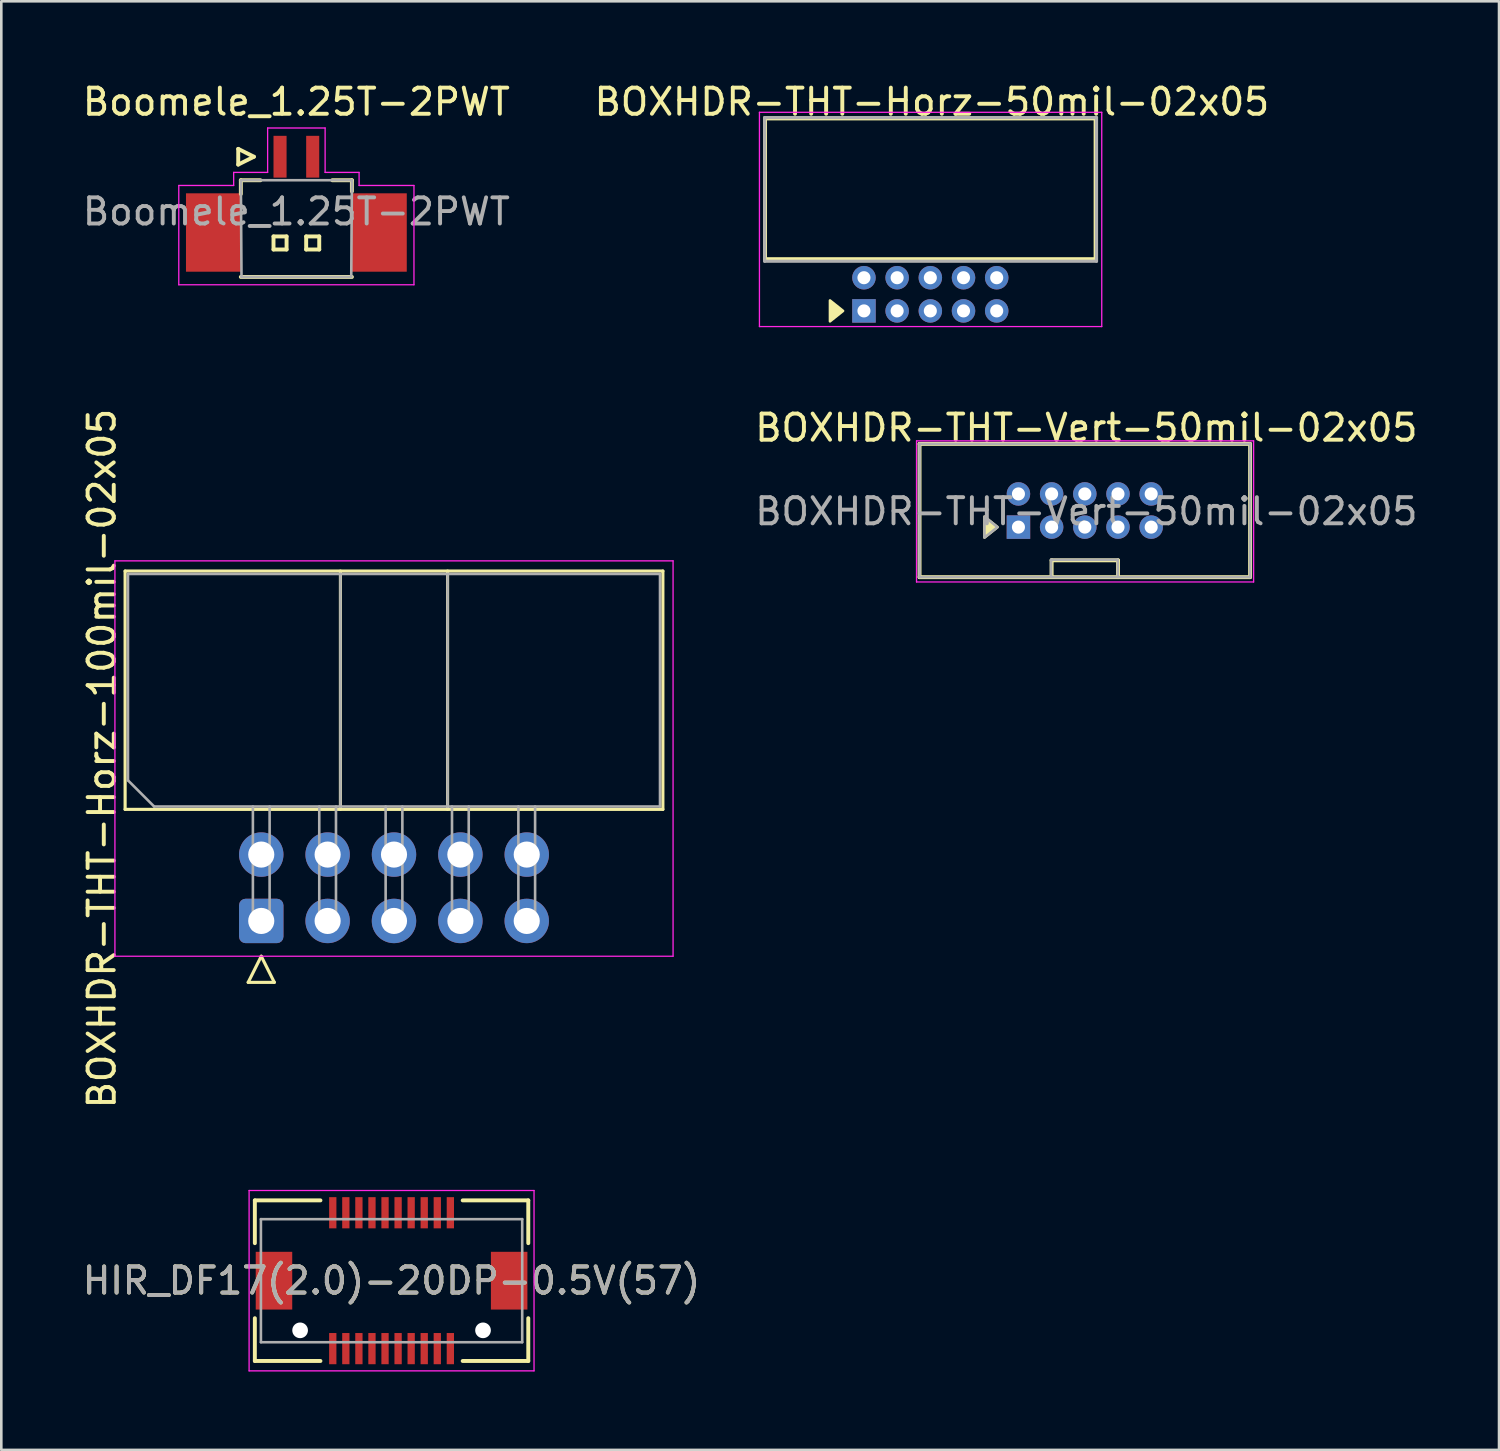
<source format=kicad_pcb>
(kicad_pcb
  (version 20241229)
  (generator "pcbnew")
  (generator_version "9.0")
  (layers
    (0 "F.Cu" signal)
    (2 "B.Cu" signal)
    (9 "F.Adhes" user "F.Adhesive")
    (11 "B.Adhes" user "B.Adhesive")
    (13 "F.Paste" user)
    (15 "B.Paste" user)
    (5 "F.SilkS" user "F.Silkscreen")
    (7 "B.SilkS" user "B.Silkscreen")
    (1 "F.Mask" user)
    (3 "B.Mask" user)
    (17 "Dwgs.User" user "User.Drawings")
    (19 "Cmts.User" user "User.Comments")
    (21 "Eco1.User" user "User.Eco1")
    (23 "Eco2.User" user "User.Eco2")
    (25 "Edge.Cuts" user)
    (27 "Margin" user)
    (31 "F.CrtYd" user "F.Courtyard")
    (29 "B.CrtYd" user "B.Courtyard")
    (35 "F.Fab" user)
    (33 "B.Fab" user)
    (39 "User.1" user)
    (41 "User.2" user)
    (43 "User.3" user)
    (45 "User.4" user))
  (footprint "BOXHDR-THT-Horz-100mil-02x05"
    (layer "F.Cu")
    (at 6.948 32.194)
    (property "Reference" "BOXHDR-THT-Horz-100mil-02x05" (at -6.1 -6.215 90) (layer "F.SilkS") (effects (font (size 1 1) (thickness 0.15))))
    (attr through_hole)
    (fp_line (start -5.21 -13.39) (end 15.37 -13.39) (stroke (width 0.12) (type solid)) (layer "F.SilkS"))
    (fp_line (start -5.21 -4.27) (end -5.21 -13.39) (stroke (width 0.12) (type solid)) (layer "F.SilkS"))
    (fp_line (start -0.5 2.35) (end 0.5 2.35) (stroke (width 0.12) (type solid)) (layer "F.SilkS"))
    (fp_line (start 0 1.35) (end -0.5 2.35) (stroke (width 0.12) (type solid)) (layer "F.SilkS"))
    (fp_line (start 0.5 2.35) (end 0 1.35) (stroke (width 0.12) (type solid)) (layer "F.SilkS"))
    (fp_line (start 3.03 -4.27) (end 3.03 -13.39) (stroke (width 0.12) (type solid)) (layer "F.SilkS"))
    (fp_line (start 7.13 -4.27) (end 7.13 -13.39) (stroke (width 0.12) (type solid)) (layer "F.SilkS"))
    (fp_line (start 15.37 -13.39) (end 15.37 -4.27) (stroke (width 0.12) (type solid)) (layer "F.SilkS"))
    (fp_line (start 15.37 -4.27) (end -5.21 -4.27) (stroke (width 0.12) (type solid)) (layer "F.SilkS"))
    (fp_line (start -5.6 -13.78) (end -5.6 1.35) (stroke (width 0.05) (type solid)) (layer "F.CrtYd"))
    (fp_line (start -5.6 1.35) (end 15.76 1.35) (stroke (width 0.05) (type solid)) (layer "F.CrtYd"))
    (fp_line (start 15.76 -13.78) (end -5.6 -13.78) (stroke (width 0.05) (type solid)) (layer "F.CrtYd"))
    (fp_line (start 15.76 1.35) (end 15.76 -13.78) (stroke (width 0.05) (type solid)) (layer "F.CrtYd"))
    (fp_line (start -5.1 -13.28) (end 15.26 -13.28) (stroke (width 0.1) (type solid)) (layer "F.Fab"))
    (fp_line (start -5.1 -5.38) (end -5.1 -13.28) (stroke (width 0.1) (type solid)) (layer "F.Fab"))
    (fp_line (start -4.1 -4.38) (end -5.1 -5.38) (stroke (width 0.1) (type solid)) (layer "F.Fab"))
    (fp_line (start -0.32 -4.38) (end -0.32 0.32) (stroke (width 0.1) (type solid)) (layer "F.Fab"))
    (fp_line (start -0.32 0.32) (end 0.32 0.32) (stroke (width 0.1) (type solid)) (layer "F.Fab"))
    (fp_line (start 0.32 0.32) (end 0.32 -4.38) (stroke (width 0.1) (type solid)) (layer "F.Fab"))
    (fp_line (start 2.22 -4.38) (end 2.22 0.32) (stroke (width 0.1) (type solid)) (layer "F.Fab"))
    (fp_line (start 2.22 0.32) (end 2.86 0.32) (stroke (width 0.1) (type solid)) (layer "F.Fab"))
    (fp_line (start 2.86 0.32) (end 2.86 -4.38) (stroke (width 0.1) (type solid)) (layer "F.Fab"))
    (fp_line (start 3.03 -4.38) (end 3.03 -13.28) (stroke (width 0.1) (type solid)) (layer "F.Fab"))
    (fp_line (start 4.76 -4.38) (end 4.76 0.32) (stroke (width 0.1) (type solid)) (layer "F.Fab"))
    (fp_line (start 4.76 0.32) (end 5.4 0.32) (stroke (width 0.1) (type solid)) (layer "F.Fab"))
    (fp_line (start 5.4 0.32) (end 5.4 -4.38) (stroke (width 0.1) (type solid)) (layer "F.Fab"))
    (fp_line (start 7.13 -4.38) (end 7.13 -13.28) (stroke (width 0.1) (type solid)) (layer "F.Fab"))
    (fp_line (start 7.3 -4.38) (end 7.3 0.32) (stroke (width 0.1) (type solid)) (layer "F.Fab"))
    (fp_line (start 7.3 0.32) (end 7.94 0.32) (stroke (width 0.1) (type solid)) (layer "F.Fab"))
    (fp_line (start 7.94 0.32) (end 7.94 -4.38) (stroke (width 0.1) (type solid)) (layer "F.Fab"))
    (fp_line (start 9.84 -4.38) (end 9.84 0.32) (stroke (width 0.1) (type solid)) (layer "F.Fab"))
    (fp_line (start 9.84 0.32) (end 10.48 0.32) (stroke (width 0.1) (type solid)) (layer "F.Fab"))
    (fp_line (start 10.48 0.32) (end 10.48 -4.38) (stroke (width 0.1) (type solid)) (layer "F.Fab"))
    (fp_line (start 15.26 -13.28) (end 15.26 -4.38) (stroke (width 0.1) (type solid)) (layer "F.Fab"))
    (fp_line (start 15.26 -4.38) (end -4.1 -4.38) (stroke (width 0.1) (type solid)) (layer "F.Fab"))
    (pad "1" thru_hole roundrect (at 0 0 90) (size 1.7 1.7) (drill 1) (layers "*.Cu" "*.Mask") (roundrect_rratio 0.147))
    (pad "2" thru_hole circle (at 0 -2.54 90) (size 1.7 1.7) (drill 1) (layers "*.Cu" "*.Mask"))
    (pad "3" thru_hole circle (at 2.54 0 90) (size 1.7 1.7) (drill 1) (layers "*.Cu" "*.Mask"))
    (pad "4" thru_hole circle (at 2.54 -2.54 90) (size 1.7 1.7) (drill 1) (layers "*.Cu" "*.Mask"))
    (pad "5" thru_hole circle (at 5.08 0 90) (size 1.7 1.7) (drill 1) (layers "*.Cu" "*.Mask"))
    (pad "6" thru_hole circle (at 5.08 -2.54 90) (size 1.7 1.7) (drill 1) (layers "*.Cu" "*.Mask"))
    (pad "7" thru_hole circle (at 7.62 0 90) (size 1.7 1.7) (drill 1) (layers "*.Cu" "*.Mask"))
    (pad "8" thru_hole circle (at 7.62 -2.54 90) (size 1.7 1.7) (drill 1) (layers "*.Cu" "*.Mask"))
    (pad "9" thru_hole circle (at 10.16 0 90) (size 1.7 1.7) (drill 1) (layers "*.Cu" "*.Mask"))
    (pad "10" thru_hole circle (at 10.16 -2.54 90) (size 1.7 1.7) (drill 1) (layers "*.Cu" "*.Mask")))
  (footprint "HIR_DF17(2.0)-20DP-0.5V(57)"
    (layer "F.Cu")
    (at 11.935 45.961)
    (property "Reference" "HIR_DF17(2.0)-20DP-0.5V(57)" (at 0 0 0) (layer "F.SilkS") (effects (font (size 1 1) (thickness 0.15))))
    (attr smd)
    (fp_line (start -5.232 -3.073) (end -5.232 -1.436) (stroke (width 0.15) (type solid)) (layer "F.SilkS"))
    (fp_line (start -5.232 1.436) (end -5.232 3.073) (stroke (width 0.15) (type solid)) (layer "F.SilkS"))
    (fp_line (start -5.232 3.073) (end -2.722 3.073) (stroke (width 0.15) (type solid)) (layer "F.SilkS"))
    (fp_line (start -2.722 -3.073) (end -5.232 -3.073) (stroke (width 0.15) (type solid)) (layer "F.SilkS"))
    (fp_line (start 2.722 3.073) (end 5.232 3.073) (stroke (width 0.15) (type solid)) (layer "F.SilkS"))
    (fp_line (start 5.232 -3.073) (end 2.722 -3.073) (stroke (width 0.15) (type solid)) (layer "F.SilkS"))
    (fp_line (start 5.232 -1.436) (end 5.232 -3.073) (stroke (width 0.15) (type solid)) (layer "F.SilkS"))
    (fp_line (start 5.232 3.073) (end 5.232 1.436) (stroke (width 0.15) (type solid)) (layer "F.SilkS"))
    (fp_line (start -5.452 -3.451) (end -5.452 3.451) (stroke (width 0.05) (type solid)) (layer "F.CrtYd"))
    (fp_line (start -5.452 3.451) (end 5.452 3.451) (stroke (width 0.05) (type solid)) (layer "F.CrtYd"))
    (fp_line (start 5.452 -3.451) (end -5.452 -3.451) (stroke (width 0.05) (type solid)) (layer "F.CrtYd"))
    (fp_line (start 5.452 3.451) (end 5.452 -3.451) (stroke (width 0.05) (type solid)) (layer "F.CrtYd"))
    (fp_line (start -5 -2.355) (end -5 2.355) (stroke (width 0.1) (type solid)) (layer "F.Fab"))
    (fp_line (start -5 2.355) (end 5 2.355) (stroke (width 0.1) (type solid)) (layer "F.Fab"))
    (fp_line (start 5 -2.355) (end -5 -2.355) (stroke (width 0.1) (type solid)) (layer "F.Fab"))
    (fp_line (start 5 2.355) (end 5 -2.355) (stroke (width 0.1) (type solid)) (layer "F.Fab"))
    (fp_text user "${REFERENCE}" (at 0 0 0) (layer "F.Fab") (effects (font (size 1 1) (thickness 0.15))))
    (pad "" np_thru_hole circle (at -3.5 1.9) (size 0.6 0.6) (drill 0.6) (layers "*.Cu"))
    (pad "" np_thru_hole circle (at 3.5 1.9) (size 0.6 0.6) (drill 0.6) (layers "*.Cu"))
    (pad "1" smd rect (at -2.25 2.6) (size 0.279 1.194) (layers "F.Cu" "F.Mask" "F.Paste"))
    (pad "2" smd rect (at -1.75 2.6) (size 0.279 1.194) (layers "F.Cu" "F.Mask" "F.Paste"))
    (pad "3" smd rect (at -1.25 2.6) (size 0.279 1.194) (layers "F.Cu" "F.Mask" "F.Paste"))
    (pad "4" smd rect (at -0.75 2.6) (size 0.279 1.194) (layers "F.Cu" "F.Mask" "F.Paste"))
    (pad "5" smd rect (at -0.25 2.6) (size 0.279 1.194) (layers "F.Cu" "F.Mask" "F.Paste"))
    (pad "6" smd rect (at 0.25 2.6) (size 0.279 1.194) (layers "F.Cu" "F.Mask" "F.Paste"))
    (pad "7" smd rect (at 0.75 2.6) (size 0.279 1.194) (layers "F.Cu" "F.Mask" "F.Paste"))
    (pad "8" smd rect (at 1.25 2.6) (size 0.279 1.194) (layers "F.Cu" "F.Mask" "F.Paste"))
    (pad "9" smd rect (at 1.75 2.6) (size 0.279 1.194) (layers "F.Cu" "F.Mask" "F.Paste"))
    (pad "10" smd rect (at 2.25 2.6) (size 0.279 1.194) (layers "F.Cu" "F.Mask" "F.Paste"))
    (pad "11" smd rect (at -2.25 -2.6) (size 0.279 1.194) (layers "F.Cu" "F.Mask" "F.Paste"))
    (pad "12" smd rect (at -1.75 -2.6) (size 0.279 1.194) (layers "F.Cu" "F.Mask" "F.Paste"))
    (pad "13" smd rect (at -1.25 -2.6) (size 0.279 1.194) (layers "F.Cu" "F.Mask" "F.Paste"))
    (pad "14" smd rect (at -0.75 -2.6) (size 0.279 1.194) (layers "F.Cu" "F.Mask" "F.Paste"))
    (pad "15" smd rect (at -0.25 -2.6) (size 0.279 1.194) (layers "F.Cu" "F.Mask" "F.Paste"))
    (pad "16" smd rect (at 0.25 -2.6) (size 0.279 1.194) (layers "F.Cu" "F.Mask" "F.Paste"))
    (pad "17" smd rect (at 0.75 -2.6) (size 0.279 1.194) (layers "F.Cu" "F.Mask" "F.Paste"))
    (pad "18" smd rect (at 1.25 -2.6) (size 0.279 1.194) (layers "F.Cu" "F.Mask" "F.Paste"))
    (pad "19" smd rect (at 1.75 -2.6) (size 0.279 1.194) (layers "F.Cu" "F.Mask" "F.Paste"))
    (pad "20" smd rect (at 2.25 -2.6) (size 0.279 1.194) (layers "F.Cu" "F.Mask" "F.Paste"))
    (pad "MP" smd rect (at -4.5 0) (size 1.397 2.21) (layers "F.Cu" "F.Mask" "F.Paste"))
    (pad "MP" smd rect (at 4.5 0) (size 1.397 2.21) (layers "F.Cu" "F.Mask" "F.Paste")))
  (footprint "BOXHDR-THT-Horz-50mil-02x05"
    (layer "F.Cu")
    (at 30.013 8.848)
    (property "Reference" "BOXHDR-THT-Horz-50mil-02x05" (at 2.6 -8 0) (layer "F.SilkS") (effects (font (size 1 1) (thickness 0.15))))
    (attr through_hole)
    (fp_line (start -3.785 -7.366) (end -3.785 -1.981) (stroke (width 0.15) (type solid)) (layer "F.SilkS"))
    (fp_line (start -3.785 -7.366) (end 8.865 -7.366) (stroke (width 0.15) (type solid)) (layer "F.SilkS"))
    (fp_line (start -3.785 -1.981) (end 8.865 -1.981) (stroke (width 0.15) (type solid)) (layer "F.SilkS"))
    (fp_line (start 8.865 -7.366) (end 8.865 -1.981) (stroke (width 0.15) (type solid)) (layer "F.SilkS"))
    (fp_poly (pts (xy -0.8 0) (xy -1.3 -0.4) (xy -1.3 0.4)) (stroke (width 0.1) (type solid)) (fill yes) (layer "F.SilkS"))
    (fp_line (start -4 -7.6) (end 9.1 -7.6) (stroke (width 0.05) (type solid)) (layer "F.CrtYd"))
    (fp_line (start -4 0.6) (end -4 -7.6) (stroke (width 0.05) (type solid)) (layer "F.CrtYd"))
    (fp_line (start 9.1 -7.6) (end 9.1 0.6) (stroke (width 0.05) (type solid)) (layer "F.CrtYd"))
    (fp_line (start 9.1 0.6) (end -4 0.6) (stroke (width 0.05) (type solid)) (layer "F.CrtYd"))
    (fp_line (start -3.8 -7.4) (end 8.9 -7.4) (stroke (width 0.12) (type solid)) (layer "F.Fab"))
    (fp_line (start -3.8 -1.9) (end -3.8 -7.4) (stroke (width 0.12) (type solid)) (layer "F.Fab"))
    (fp_line (start 8.9 -7.4) (end 8.9 -1.9) (stroke (width 0.12) (type solid)) (layer "F.Fab"))
    (fp_line (start 8.9 -1.9) (end -3.8 -1.9) (stroke (width 0.12) (type solid)) (layer "F.Fab"))
    (pad "1" thru_hole rect (at 0 0) (size 0.9 0.9) (drill 0.5) (layers "*.Cu" "*.Mask"))
    (pad "2" thru_hole oval (at 0 -1.27) (size 0.9 0.9) (drill 0.5) (layers "*.Cu" "*.Mask"))
    (pad "3" thru_hole oval (at 1.27 0) (size 0.9 0.9) (drill 0.5) (layers "*.Cu" "*.Mask"))
    (pad "4" thru_hole oval (at 1.27 -1.27) (size 0.9 0.9) (drill 0.5) (layers "*.Cu" "*.Mask"))
    (pad "5" thru_hole oval (at 2.54 0) (size 0.9 0.9) (drill 0.5) (layers "*.Cu" "*.Mask"))
    (pad "6" thru_hole oval (at 2.54 -1.27) (size 0.9 0.9) (drill 0.5) (layers "*.Cu" "*.Mask"))
    (pad "7" thru_hole oval (at 3.81 0) (size 0.9 0.9) (drill 0.5) (layers "*.Cu" "*.Mask"))
    (pad "8" thru_hole oval (at 3.81 -1.27) (size 0.9 0.9) (drill 0.5) (layers "*.Cu" "*.Mask"))
    (pad "9" thru_hole oval (at 5.08 0) (size 0.9 0.9) (drill 0.5) (layers "*.Cu" "*.Mask"))
    (pad "10" thru_hole oval (at 5.08 -1.27) (size 0.9 0.9) (drill 0.5) (layers "*.Cu" "*.Mask")))
  (footprint "BOXHDR-THT-Vert-50mil-02x05"
    (layer "F.Cu")
    (at 35.925 17.122)
    (property "Reference" "BOXHDR-THT-Vert-50mil-02x05" (at 2.6 -3.8 0) (layer "F.SilkS") (effects (font (size 1 1) (thickness 0.15))))
    (attr through_hole)
    (fp_line (start -3.785 -3.185) (end 8.865 -3.185) (stroke (width 0.15) (type solid)) (layer "F.SilkS"))
    (fp_line (start -3.785 1.915) (end -3.785 -3.185) (stroke (width 0.15) (type solid)) (layer "F.SilkS"))
    (fp_line (start -3.785 1.915) (end 8.865 1.915) (stroke (width 0.15) (type solid)) (layer "F.SilkS"))
    (fp_line (start 1.27 1.27) (end 3.81 1.27) (stroke (width 0.15) (type solid)) (layer "F.SilkS"))
    (fp_line (start 1.27 1.905) (end 1.27 1.27) (stroke (width 0.15) (type solid)) (layer "F.SilkS"))
    (fp_line (start 3.81 1.915) (end 3.81 1.27) (stroke (width 0.15) (type solid)) (layer "F.SilkS"))
    (fp_line (start 8.865 1.915) (end 8.865 -3.185) (stroke (width 0.15) (type solid)) (layer "F.SilkS"))
    (fp_poly (pts (xy -0.8 0) (xy -1.3 -0.4) (xy -1.3 0.4)) (stroke (width 0.1) (type solid)) (fill yes) (layer "F.SilkS"))
    (fp_line (start -3.9 -3.3) (end 9 -3.3) (stroke (width 0.05) (type solid)) (layer "F.CrtYd"))
    (fp_line (start -3.9 2.1) (end -3.9 -3.3) (stroke (width 0.05) (type solid)) (layer "F.CrtYd"))
    (fp_line (start 9 -3.3) (end 9 2.1) (stroke (width 0.05) (type solid)) (layer "F.CrtYd"))
    (fp_line (start 9 2.1) (end -3.9 2.1) (stroke (width 0.05) (type solid)) (layer "F.CrtYd"))
    (fp_line (start -3.785 -3.185) (end 8.865 -3.185) (stroke (width 0.1) (type solid)) (layer "F.Fab"))
    (fp_line (start -3.785 1.915) (end -3.785 -3.185) (stroke (width 0.1) (type solid)) (layer "F.Fab"))
    (fp_line (start -3.785 1.915) (end 8.865 1.915) (stroke (width 0.1) (type solid)) (layer "F.Fab"))
    (fp_line (start 1.25 1.25) (end 3.8 1.25) (stroke (width 0.1) (type solid)) (layer "F.Fab"))
    (fp_line (start 1.25 1.9) (end 1.25 1.25) (stroke (width 0.1) (type solid)) (layer "F.Fab"))
    (fp_line (start 3.8 1.25) (end 3.8 1.9) (stroke (width 0.1) (type solid)) (layer "F.Fab"))
    (fp_line (start 8.865 1.915) (end 8.865 -3.185) (stroke (width 0.1) (type solid)) (layer "F.Fab"))
    (fp_poly (pts (xy -0.8 0) (xy -1.3 -0.4) (xy -1.3 0.4)) (stroke (width 0.1) (type solid)) (fill no) (layer "F.Fab"))
    (fp_text user "${REFERENCE}" (at 2.6 -0.6 0) (layer "F.Fab") (effects (font (size 1 1) (thickness 0.15))))
    (pad "1" thru_hole rect (at 0 0) (size 0.9 0.9) (drill 0.5) (layers "*.Cu" "*.Mask"))
    (pad "2" thru_hole oval (at 0 -1.27) (size 0.9 0.9) (drill 0.5) (layers "*.Cu" "*.Mask"))
    (pad "3" thru_hole oval (at 1.27 0) (size 0.9 0.9) (drill 0.5) (layers "*.Cu" "*.Mask"))
    (pad "4" thru_hole oval (at 1.27 -1.27) (size 0.9 0.9) (drill 0.5) (layers "*.Cu" "*.Mask"))
    (pad "5" thru_hole oval (at 2.54 0) (size 0.9 0.9) (drill 0.5) (layers "*.Cu" "*.Mask"))
    (pad "6" thru_hole oval (at 2.54 -1.27) (size 0.9 0.9) (drill 0.5) (layers "*.Cu" "*.Mask"))
    (pad "7" thru_hole oval (at 3.81 0) (size 0.9 0.9) (drill 0.5) (layers "*.Cu" "*.Mask"))
    (pad "8" thru_hole oval (at 3.81 -1.27) (size 0.9 0.9) (drill 0.5) (layers "*.Cu" "*.Mask"))
    (pad "9" thru_hole oval (at 5.08 0) (size 0.9 0.9) (drill 0.5) (layers "*.Cu" "*.Mask"))
    (pad "10" thru_hole oval (at 5.08 -1.27) (size 0.9 0.9) (drill 0.5) (layers "*.Cu" "*.Mask")))
  (footprint "Boomele_1.25T-2PWT"
    (layer "F.Cu")
    (at 8.292 4.348)
    (property "Reference" "Boomele_1.25T-2PWT" (at 0 -3.5 0) (layer "F.SilkS") (effects (font (size 1 1) (thickness 0.15))))
    (attr smd)
    (fp_line (start -2.225 -1.7) (end -2.225 -1.1) (stroke (width 0.15) (type solid)) (layer "F.SilkS"))
    (fp_line (start -2.225 -1.1) (end -1.625 -1.4) (stroke (width 0.15) (type solid)) (layer "F.SilkS"))
    (fp_line (start -2.125 0.025) (end -2.125 -0.5) (stroke (width 0.15) (type solid)) (layer "F.SilkS"))
    (fp_line (start -1.625 -1.4) (end -2.225 -1.7) (stroke (width 0.15) (type solid)) (layer "F.SilkS"))
    (fp_line (start -1.375 -0.5) (end -2.125 -0.5) (stroke (width 0.15) (type solid)) (layer "F.SilkS"))
    (fp_line (start -0.875 1.65) (end -0.875 2.15) (stroke (width 0.15) (type solid)) (layer "F.SilkS"))
    (fp_line (start -0.875 2.15) (end -0.375 2.15) (stroke (width 0.15) (type solid)) (layer "F.SilkS"))
    (fp_line (start -0.375 1.65) (end -0.875 1.65) (stroke (width 0.15) (type solid)) (layer "F.SilkS"))
    (fp_line (start -0.375 2.15) (end -0.375 1.65) (stroke (width 0.15) (type solid)) (layer "F.SilkS"))
    (fp_line (start 0.375 1.65) (end 0.375 2.15) (stroke (width 0.15) (type solid)) (layer "F.SilkS"))
    (fp_line (start 0.375 2.15) (end 0.875 2.15) (stroke (width 0.15) (type solid)) (layer "F.SilkS"))
    (fp_line (start 0.875 1.65) (end 0.375 1.65) (stroke (width 0.15) (type solid)) (layer "F.SilkS"))
    (fp_line (start 0.875 2.15) (end 0.875 1.65) (stroke (width 0.15) (type solid)) (layer "F.SilkS"))
    (fp_line (start 1.375 -0.5) (end 2.125 -0.5) (stroke (width 0.15) (type solid)) (layer "F.SilkS"))
    (fp_line (start 2.125 -0.075) (end 2.125 -0.5) (stroke (width 0.15) (type solid)) (layer "F.SilkS"))
    (fp_line (start 2.125 3.2) (end -2.125 3.2) (stroke (width 0.15) (type solid)) (layer "F.SilkS"))
    (fp_line (start -4.5 -0.3) (end -2.4 -0.3) (stroke (width 0.05) (type solid)) (layer "F.CrtYd"))
    (fp_line (start -4.5 3.5) (end -4.5 -0.3) (stroke (width 0.05) (type solid)) (layer "F.CrtYd"))
    (fp_line (start -2.4 -0.8) (end -1.1 -0.8) (stroke (width 0.05) (type solid)) (layer "F.CrtYd"))
    (fp_line (start -2.4 -0.3) (end -2.4 -0.8) (stroke (width 0.05) (type solid)) (layer "F.CrtYd"))
    (fp_line (start -1.1 -2.5) (end 1.1 -2.5) (stroke (width 0.05) (type solid)) (layer "F.CrtYd"))
    (fp_line (start -1.1 -0.8) (end -1.1 -2.5) (stroke (width 0.05) (type solid)) (layer "F.CrtYd"))
    (fp_line (start 1.1 -2.5) (end 1.1 -0.8) (stroke (width 0.05) (type solid)) (layer "F.CrtYd"))
    (fp_line (start 1.1 -0.8) (end 2.4 -0.8) (stroke (width 0.05) (type solid)) (layer "F.CrtYd"))
    (fp_line (start 2.4 -0.8) (end 2.4 -0.3) (stroke (width 0.05) (type solid)) (layer "F.CrtYd"))
    (fp_line (start 2.4 -0.3) (end 4.5 -0.3) (stroke (width 0.05) (type solid)) (layer "F.CrtYd"))
    (fp_line (start 4.5 -0.3) (end 4.5 3.5) (stroke (width 0.05) (type solid)) (layer "F.CrtYd"))
    (fp_line (start 4.5 3.5) (end -4.5 3.5) (stroke (width 0.05) (type solid)) (layer "F.CrtYd"))
    (fp_line (start -2.125 -0.5) (end -2.1 3.2) (stroke (width 0.1) (type solid)) (layer "F.Fab"))
    (fp_line (start -2.125 -0.5) (end 2.125 -0.5) (stroke (width 0.1) (type solid)) (layer "F.Fab"))
    (fp_line (start 2.1 3.2) (end -2.1 3.2) (stroke (width 0.1) (type solid)) (layer "F.Fab"))
    (fp_line (start 2.125 -0.5) (end 2.1 3.2) (stroke (width 0.1) (type solid)) (layer "F.Fab"))
    (fp_text user "${REFERENCE}" (at 0 0.7 0) (layer "F.Fab") (effects (font (size 1 1) (thickness 0.15))))
    (pad "1" smd rect (at -0.625 -1.4) (size 0.5 1.6) (layers "F.Cu" "F.Mask" "F.Paste"))
    (pad "2" smd rect (at 0.625 -1.4) (size 0.5 1.6) (layers "F.Cu" "F.Mask" "F.Paste"))
    (pad "MP" smd rect (at -3.175 1.5) (size 2.1 3) (layers "F.Cu" "F.Mask" "F.Paste"))
    (pad "MP" smd rect (at 3.175 1.5) (size 2.1 3) (layers "F.Cu" "F.Mask" "F.Paste")))
  (gr_rect
    (start -3 -3)
    (end 54.317 52.437)
    (stroke (width 0.1) (type default))
    (fill no)
    (layer "Edge.Cuts")))
</source>
